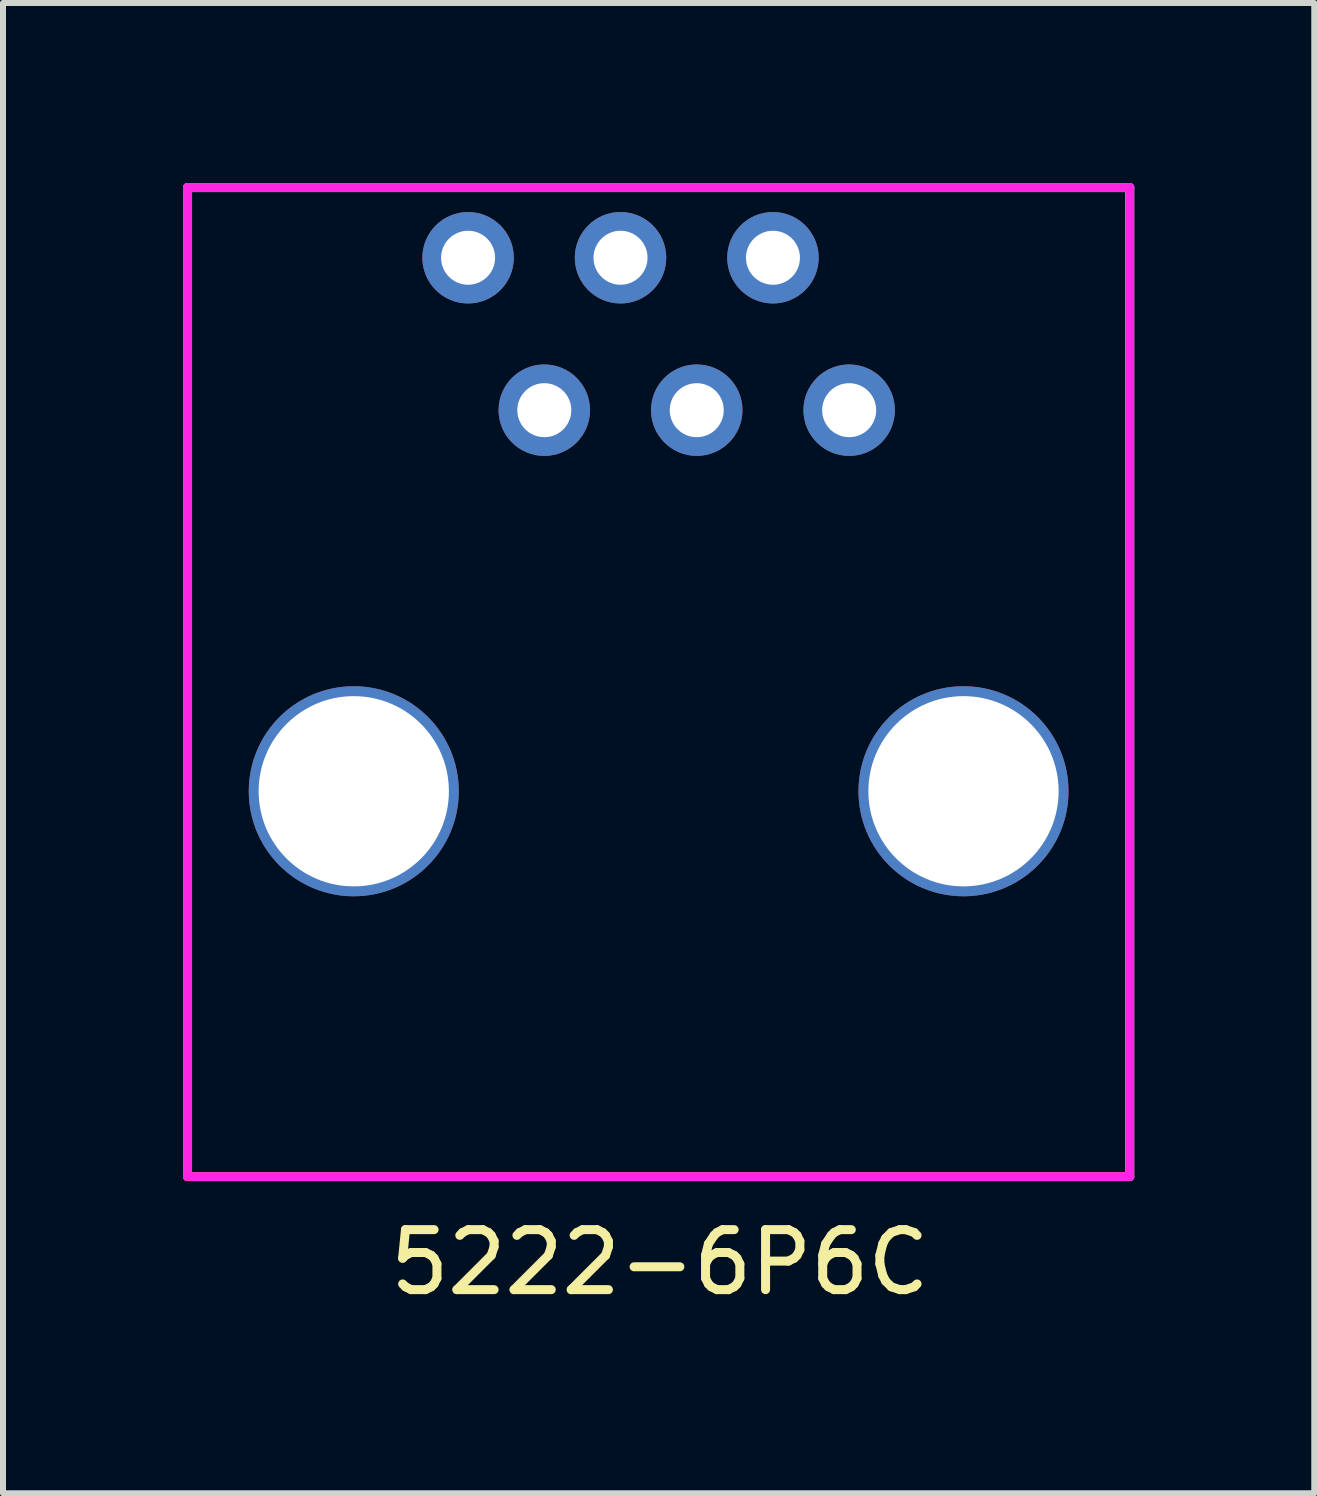
<source format=kicad_pcb>
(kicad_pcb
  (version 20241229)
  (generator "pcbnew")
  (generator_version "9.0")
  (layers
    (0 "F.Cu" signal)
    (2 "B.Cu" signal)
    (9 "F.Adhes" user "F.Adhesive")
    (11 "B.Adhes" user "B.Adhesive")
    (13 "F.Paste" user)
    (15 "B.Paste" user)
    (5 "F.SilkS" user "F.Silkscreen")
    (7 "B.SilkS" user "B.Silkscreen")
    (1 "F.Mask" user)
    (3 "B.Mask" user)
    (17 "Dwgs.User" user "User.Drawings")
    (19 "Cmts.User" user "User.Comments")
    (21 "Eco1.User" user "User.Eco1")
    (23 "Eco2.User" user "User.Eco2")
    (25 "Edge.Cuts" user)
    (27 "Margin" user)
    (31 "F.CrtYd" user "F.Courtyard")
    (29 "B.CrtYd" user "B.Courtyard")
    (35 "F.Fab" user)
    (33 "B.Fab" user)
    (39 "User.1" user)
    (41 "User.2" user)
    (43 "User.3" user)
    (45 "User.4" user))
  (footprint "5222-6P6C"
    (layer "F.Cu")
    (at 7.925 10.135)
    (property "Reference" "5222-6P6C" (at 0.02 7.85 0) (layer "F.SilkS") (effects (font (size 1 1) (thickness 0.15))))
    (attr through_hole)
    (fp_line (start -7.85 -10.06) (end -7.85 6.42) (stroke (width 0.15) (type solid)) (layer "F.SilkS"))
    (fp_line (start -7.85 6.42) (end 7.85 6.42) (stroke (width 0.15) (type solid)) (layer "F.SilkS"))
    (fp_line (start 7.85 -10.06) (end -7.85 -10.06) (stroke (width 0.15) (type solid)) (layer "F.SilkS"))
    (fp_line (start 7.85 6.42) (end 7.85 -10.06) (stroke (width 0.15) (type solid)) (layer "F.SilkS"))
    (fp_line (start -7.85 -10.06) (end -7.85 6.42) (stroke (width 0.15) (type solid)) (layer "F.CrtYd"))
    (fp_line (start -7.85 6.42) (end 7.85 6.42) (stroke (width 0.15) (type solid)) (layer "F.CrtYd"))
    (fp_line (start 7.85 -10.06) (end -7.85 -10.06) (stroke (width 0.15) (type solid)) (layer "F.CrtYd"))
    (fp_line (start 7.85 6.42) (end 7.85 -10.06) (stroke (width 0.15) (type solid)) (layer "F.CrtYd"))
    (pad "" np_thru_hole circle (at -5.08 0) (size 3.5 3.5) (drill 3.17) (layers "*.Cu" "*.Mask"))
    (pad "" np_thru_hole circle (at 5.08 0) (size 3.5 3.5) (drill 3.17) (layers "*.Cu" "*.Mask"))
    (pad "1" thru_hole circle (at -3.175 -8.89) (size 1.524 1.524) (drill 0.9) (layers "*.Cu" "*.Mask"))
    (pad "2" thru_hole circle (at -1.905 -6.35) (size 1.524 1.524) (drill 0.9) (layers "*.Cu" "*.Mask"))
    (pad "3" thru_hole circle (at -0.635 -8.89) (size 1.524 1.524) (drill 0.9) (layers "*.Cu" "*.Mask"))
    (pad "4" thru_hole circle (at 0.635 -6.35) (size 1.524 1.524) (drill 0.9) (layers "*.Cu" "*.Mask"))
    (pad "5" thru_hole circle (at 1.905 -8.89) (size 1.524 1.524) (drill 0.9) (layers "*.Cu" "*.Mask"))
    (pad "6" thru_hole circle (at 3.175 -6.35) (size 1.524 1.524) (drill 0.9) (layers "*.Cu" "*.Mask")))
  (gr_rect
    (start -3 -3)
    (end 18.85 21.833)
    (stroke (width 0.1) (type default))
    (fill no)
    (layer "Edge.Cuts")))
</source>
